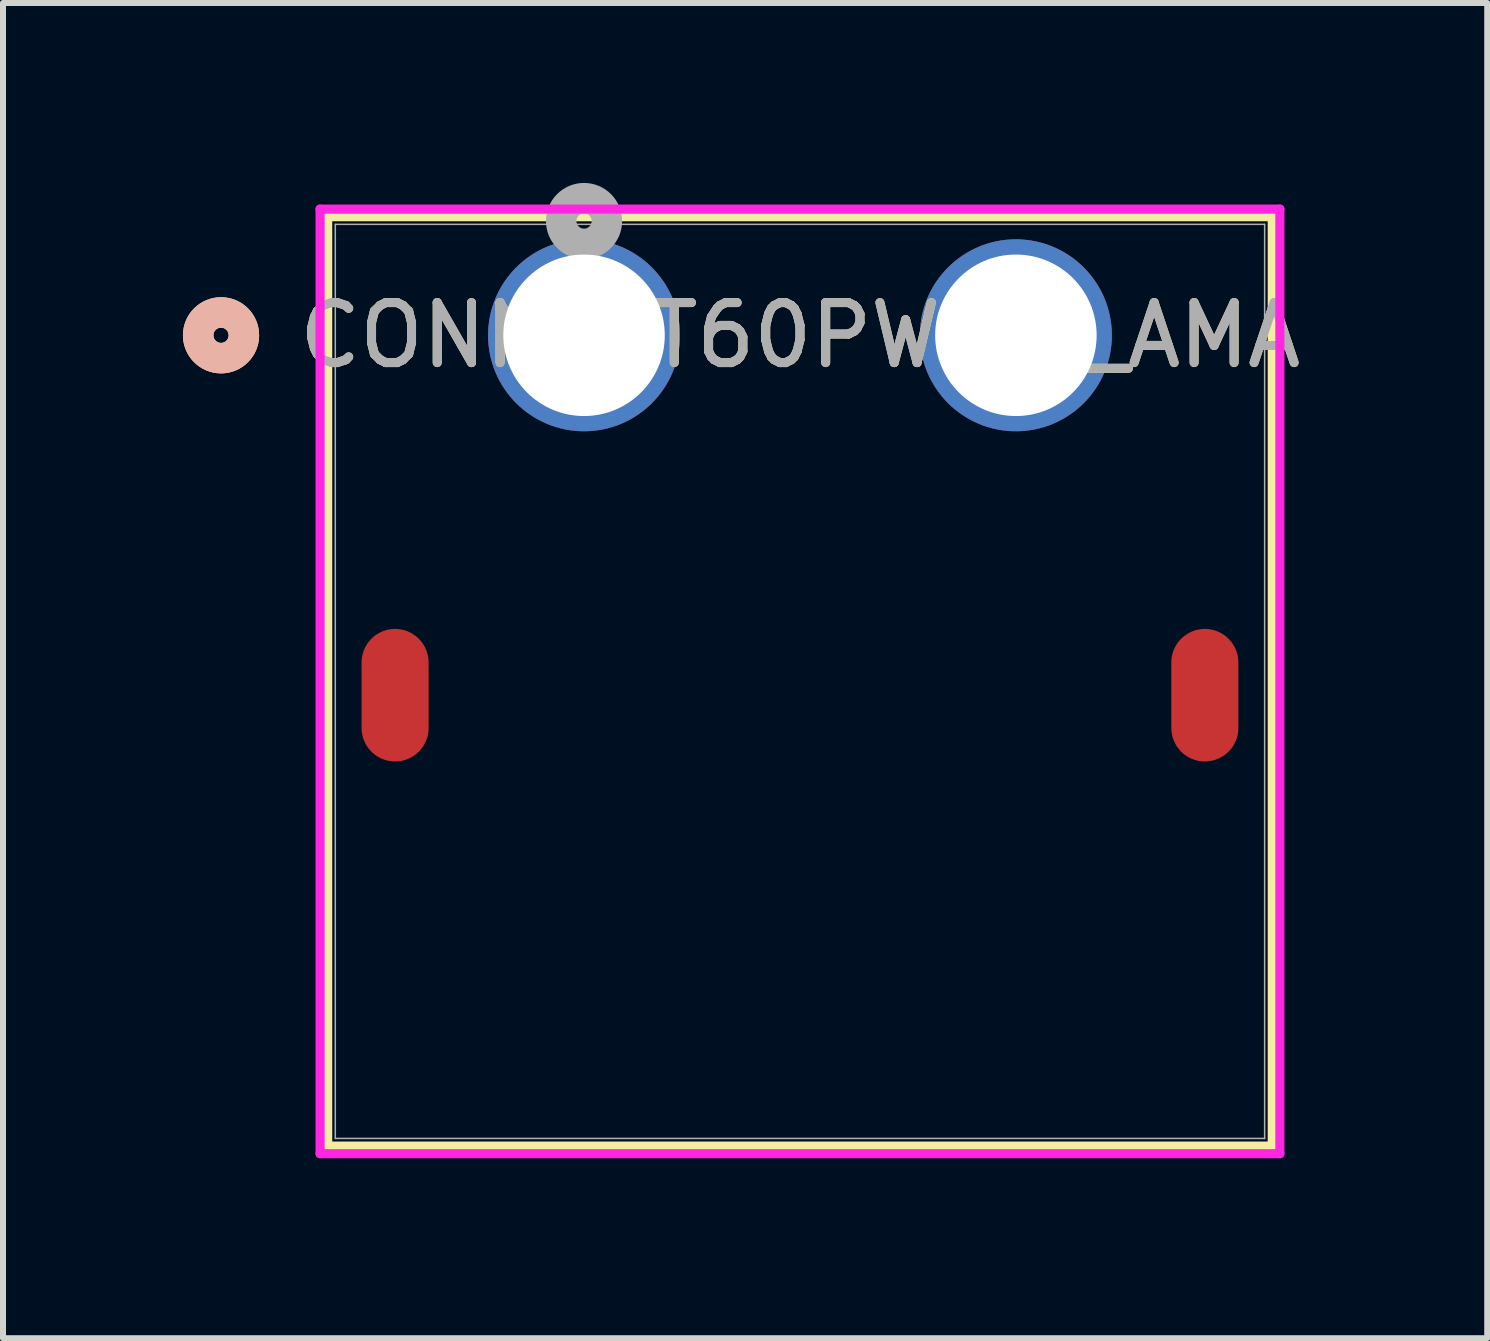
<source format=kicad_pcb>
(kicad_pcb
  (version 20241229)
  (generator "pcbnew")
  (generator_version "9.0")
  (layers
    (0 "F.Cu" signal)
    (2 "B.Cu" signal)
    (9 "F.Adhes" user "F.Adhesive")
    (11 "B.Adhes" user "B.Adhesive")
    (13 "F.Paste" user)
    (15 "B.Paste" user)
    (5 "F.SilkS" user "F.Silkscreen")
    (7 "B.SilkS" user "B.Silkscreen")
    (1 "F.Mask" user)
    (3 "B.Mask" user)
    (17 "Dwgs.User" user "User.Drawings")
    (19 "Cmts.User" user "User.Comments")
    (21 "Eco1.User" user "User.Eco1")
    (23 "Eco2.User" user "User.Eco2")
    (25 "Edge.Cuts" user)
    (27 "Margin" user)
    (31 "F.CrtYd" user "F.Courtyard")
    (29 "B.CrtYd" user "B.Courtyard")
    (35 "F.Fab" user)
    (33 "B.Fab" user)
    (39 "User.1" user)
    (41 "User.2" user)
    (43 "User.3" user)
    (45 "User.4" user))
  (footprint "CONN_XT60PW-M_AMA"
    (layer "F.Cu")
    (at 6.687 2.54)
    (property "Reference" "CONN_XT60PW-M_AMA" (at 3.6 0 0) (unlocked yes) (layer "F.SilkS") (effects (font (size 1 1) (thickness 0.15))))
    (fp_line (start -4.274 -1.977) (end -4.274 13.517) (stroke (width 0.152) (type solid)) (layer "F.SilkS"))
    (fp_line (start -4.274 13.517) (end 11.474 13.517) (stroke (width 0.152) (type solid)) (layer "F.SilkS"))
    (fp_line (start 11.474 -1.977) (end -4.274 -1.977) (stroke (width 0.152) (type solid)) (layer "F.SilkS"))
    (fp_line (start 11.474 13.517) (end 11.474 -1.977) (stroke (width 0.152) (type solid)) (layer "F.SilkS"))
    (fp_circle (center -6.052 0) (end -5.671 0) (stroke (width 0.508) (type solid)) (fill no) (layer "F.SilkS"))
    (fp_circle (center -6.052 0) (end -5.671 0) (stroke (width 0.508) (type solid)) (fill no) (layer "B.SilkS"))
    (fp_line (start -4.401 -2.104) (end -4.401 13.644) (stroke (width 0.152) (type solid)) (layer "F.CrtYd"))
    (fp_line (start -4.401 13.644) (end 11.601 13.644) (stroke (width 0.152) (type solid)) (layer "F.CrtYd"))
    (fp_line (start 11.601 -2.104) (end -4.401 -2.104) (stroke (width 0.152) (type solid)) (layer "F.CrtYd"))
    (fp_line (start 11.601 13.644) (end 11.601 -2.104) (stroke (width 0.152) (type solid)) (layer "F.CrtYd"))
    (fp_line (start -4.147 -1.85) (end -4.147 13.39) (stroke (width 0.025) (type solid)) (layer "F.Fab"))
    (fp_line (start -4.147 13.39) (end 11.347 13.39) (stroke (width 0.025) (type solid)) (layer "F.Fab"))
    (fp_line (start 11.347 -1.85) (end -4.147 -1.85) (stroke (width 0.025) (type solid)) (layer "F.Fab"))
    (fp_line (start 11.347 13.39) (end 11.347 -1.85) (stroke (width 0.025) (type solid)) (layer "F.Fab"))
    (fp_circle (center 0 -1.905) (end 0.381 -1.905) (stroke (width 0.508) (type solid)) (fill no) (layer "F.Fab"))
    (fp_text user "${REFERENCE}" (at 3.6 0 0) (unlocked yes) (layer "F.Fab") (effects (font (size 1 1) (thickness 0.15))))
    (pad "1" thru_hole circle (at 0 0) (size 3.2 3.2) (drill 2.692) (layers "*.Cu" "*.Mask"))
    (pad "2" thru_hole circle (at 7.2 0) (size 3.2 3.2) (drill 2.692) (layers "*.Cu" "*.Mask"))
    (pad "3" smd oval (at -3.15 6) (size 1.118 2.21) (layers "F.Cu" "F.Mask" "F.Paste"))
    (pad "4" smd oval (at 10.35 6) (size 1.118 2.21) (layers "F.Cu" "F.Mask" "F.Paste")))
  (gr_rect
    (start -3 -3)
    (end 21.745 19.26)
    (stroke (width 0.1) (type default))
    (fill no)
    (layer "Edge.Cuts")))
</source>
